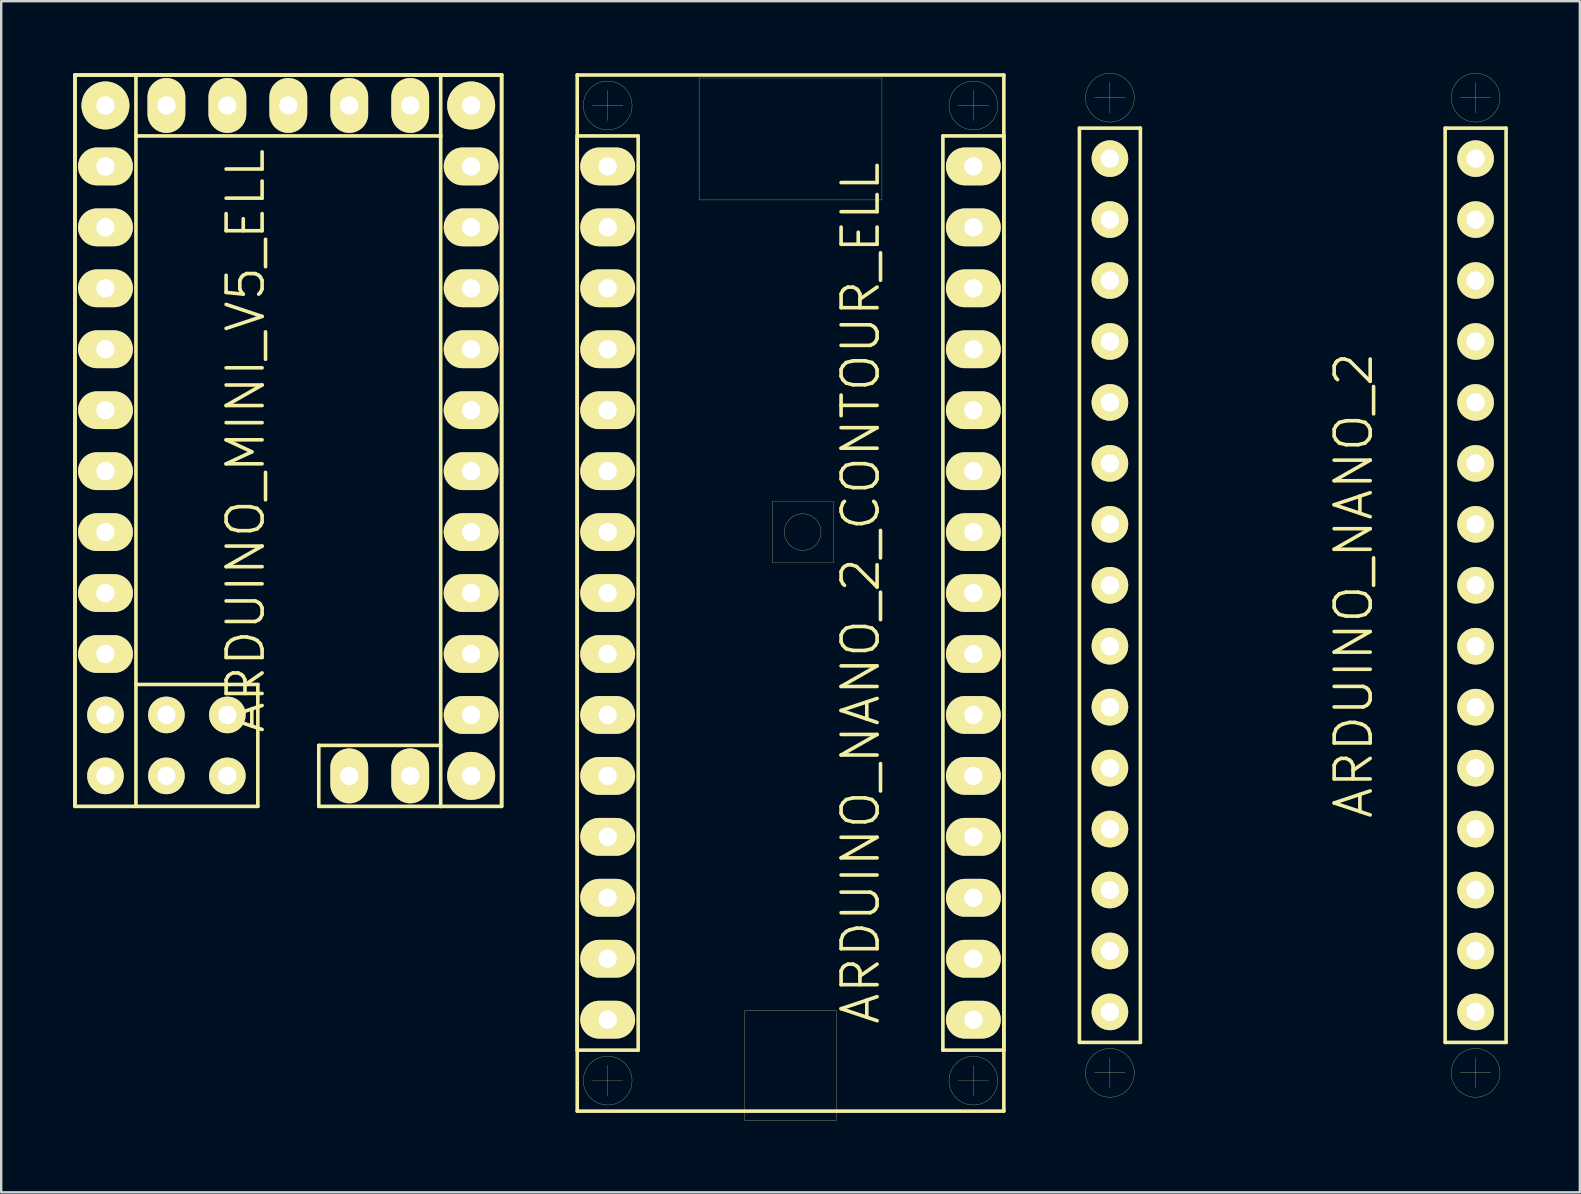
<source format=kicad_pcb>
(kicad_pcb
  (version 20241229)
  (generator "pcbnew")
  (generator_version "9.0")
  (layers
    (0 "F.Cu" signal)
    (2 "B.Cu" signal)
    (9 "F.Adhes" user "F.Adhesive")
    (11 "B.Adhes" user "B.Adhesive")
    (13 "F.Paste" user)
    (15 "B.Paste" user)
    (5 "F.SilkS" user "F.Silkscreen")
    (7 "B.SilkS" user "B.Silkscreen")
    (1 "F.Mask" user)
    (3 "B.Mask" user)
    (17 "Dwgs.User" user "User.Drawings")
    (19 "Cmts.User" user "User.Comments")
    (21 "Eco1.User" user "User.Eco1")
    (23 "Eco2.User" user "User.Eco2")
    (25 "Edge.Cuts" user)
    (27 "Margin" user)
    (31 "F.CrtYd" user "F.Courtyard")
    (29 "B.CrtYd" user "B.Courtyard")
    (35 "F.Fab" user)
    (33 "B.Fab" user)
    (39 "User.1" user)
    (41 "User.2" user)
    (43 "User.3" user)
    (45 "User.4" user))
  (footprint "ARDUINO_NANO_2"
    (layer "F.Cu")
    (at 50.825 21.341)
    (property "Reference" "ARDUINO_NANO_2" (at 2.54 0 90) (layer "F.SilkS") (effects (font (size 1.5 1.5) (thickness 0.15))))
    (attr through_hole)
    (fp_line (start -8.89 -19.05) (end -8.89 19.05) (stroke (width 0.15) (type solid)) (layer "F.SilkS"))
    (fp_line (start -8.89 19.05) (end -6.35 19.05) (stroke (width 0.15) (type solid)) (layer "F.SilkS"))
    (fp_line (start -8.255 -20.32) (end -6.985 -20.32) (stroke (width 0.01) (type solid)) (layer "F.SilkS"))
    (fp_line (start -8.255 20.32) (end -6.985 20.32) (stroke (width 0.01) (type solid)) (layer "F.SilkS"))
    (fp_line (start -7.62 -20.955) (end -7.62 -19.685) (stroke (width 0.01) (type solid)) (layer "F.SilkS"))
    (fp_line (start -7.62 19.685) (end -7.62 20.955) (stroke (width 0.01) (type solid)) (layer "F.SilkS"))
    (fp_line (start -6.35 -19.05) (end -8.89 -19.05) (stroke (width 0.15) (type solid)) (layer "F.SilkS"))
    (fp_line (start -6.35 19.05) (end -6.35 -19.05) (stroke (width 0.15) (type solid)) (layer "F.SilkS"))
    (fp_line (start 6.35 -19.05) (end 8.89 -19.05) (stroke (width 0.15) (type solid)) (layer "F.SilkS"))
    (fp_line (start 6.35 19.05) (end 6.35 -19.05) (stroke (width 0.15) (type solid)) (layer "F.SilkS"))
    (fp_line (start 6.985 -20.32) (end 8.255 -20.32) (stroke (width 0.01) (type solid)) (layer "F.SilkS"))
    (fp_line (start 6.985 20.32) (end 8.255 20.32) (stroke (width 0.01) (type solid)) (layer "F.SilkS"))
    (fp_line (start 7.62 -20.955) (end 7.62 -19.685) (stroke (width 0.01) (type solid)) (layer "F.SilkS"))
    (fp_line (start 7.62 19.685) (end 7.62 20.955) (stroke (width 0.01) (type solid)) (layer "F.SilkS"))
    (fp_line (start 8.89 -19.05) (end 8.89 19.05) (stroke (width 0.15) (type solid)) (layer "F.SilkS"))
    (fp_line (start 8.89 19.05) (end 6.35 19.05) (stroke (width 0.15) (type solid)) (layer "F.SilkS"))
    (fp_circle (center -7.62 -20.32) (end -6.604 -20.32) (stroke (width 0.01) (type solid)) (fill no) (layer "F.SilkS"))
    (fp_circle (center -7.62 20.32) (end -6.604 20.32) (stroke (width 0.01) (type solid)) (fill no) (layer "F.SilkS"))
    (fp_circle (center 7.62 -20.32) (end 8.636 -20.32) (stroke (width 0.01) (type solid)) (fill no) (layer "F.SilkS"))
    (fp_circle (center 7.62 20.32) (end 8.636 20.32) (stroke (width 0.01) (type solid)) (fill no) (layer "F.SilkS"))
    (pad "0" thru_hole circle (at -7.62 -15.24) (size 1.524 1.524) (drill 0.762) (layers "*.Cu" "*.Mask" "F.SilkS"))
    (pad "1" thru_hole circle (at -7.62 -17.78) (size 1.524 1.524) (drill 0.762) (layers "*.Cu" "*.Mask" "F.SilkS"))
    (pad "2" thru_hole circle (at -7.62 -7.62) (size 1.524 1.524) (drill 0.762) (layers "*.Cu" "*.Mask" "F.SilkS"))
    (pad "3" thru_hole circle (at -7.62 -5.08) (size 1.524 1.524) (drill 0.762) (layers "*.Cu" "*.Mask" "F.SilkS"))
    (pad "3V3" thru_hole circle (at 7.62 15.24) (size 1.524 1.524) (drill 0.762) (layers "*.Cu" "*.Mask" "F.SilkS"))
    (pad "4" thru_hole circle (at -7.62 -2.54) (size 1.524 1.524) (drill 0.762) (layers "*.Cu" "*.Mask" "F.SilkS"))
    (pad "5" thru_hole circle (at -7.62 0) (size 1.524 1.524) (drill 0.762) (layers "*.Cu" "*.Mask" "F.SilkS"))
    (pad "5V" thru_hole circle (at 7.62 -10.16) (size 1.524 1.524) (drill 0.762) (layers "*.Cu" "*.Mask" "F.SilkS"))
    (pad "6" thru_hole circle (at -7.62 2.54) (size 1.524 1.524) (drill 0.762) (layers "*.Cu" "*.Mask" "F.SilkS"))
    (pad "7" thru_hole circle (at -7.62 5.08) (size 1.524 1.524) (drill 0.762) (layers "*.Cu" "*.Mask" "F.SilkS"))
    (pad "8" thru_hole circle (at -7.62 7.62) (size 1.524 1.524) (drill 0.762) (layers "*.Cu" "*.Mask" "F.SilkS"))
    (pad "9" thru_hole circle (at -7.62 10.16) (size 1.524 1.524) (drill 0.762) (layers "*.Cu" "*.Mask" "F.SilkS"))
    (pad "10" thru_hole circle (at -7.62 12.7) (size 1.524 1.524) (drill 0.762) (layers "*.Cu" "*.Mask" "F.SilkS"))
    (pad "11" thru_hole circle (at -7.62 15.24) (size 1.524 1.524) (drill 0.762) (layers "*.Cu" "*.Mask" "F.SilkS"))
    (pad "12" thru_hole circle (at -7.62 17.78) (size 1.524 1.524) (drill 0.762) (layers "*.Cu" "*.Mask" "F.SilkS"))
    (pad "13" thru_hole circle (at 7.62 17.78) (size 1.524 1.524) (drill 0.762) (layers "*.Cu" "*.Mask" "F.SilkS"))
    (pad "A0" thru_hole circle (at 7.62 10.16) (size 1.524 1.524) (drill 0.762) (layers "*.Cu" "*.Mask" "F.SilkS"))
    (pad "A1" thru_hole circle (at 7.62 7.62) (size 1.524 1.524) (drill 0.762) (layers "*.Cu" "*.Mask" "F.SilkS"))
    (pad "A2" thru_hole circle (at 7.62 5.08) (size 1.524 1.524) (drill 0.762) (layers "*.Cu" "*.Mask" "F.SilkS"))
    (pad "A3" thru_hole circle (at 7.62 2.54) (size 1.524 1.524) (drill 0.762) (layers "*.Cu" "*.Mask" "F.SilkS"))
    (pad "A4" thru_hole circle (at 7.62 0) (size 1.524 1.524) (drill 0.762) (layers "*.Cu" "*.Mask" "F.SilkS"))
    (pad "A5" thru_hole circle (at 7.62 -2.54) (size 1.524 1.524) (drill 0.762) (layers "*.Cu" "*.Mask" "F.SilkS"))
    (pad "A6" thru_hole circle (at 7.62 -5.08) (size 1.524 1.524) (drill 0.762) (layers "*.Cu" "*.Mask" "F.SilkS"))
    (pad "A7" thru_hole circle (at 7.62 -7.62) (size 1.524 1.524) (drill 0.762) (layers "*.Cu" "*.Mask" "F.SilkS"))
    (pad "AREF" thru_hole circle (at 7.62 12.7) (size 1.524 1.524) (drill 0.762) (layers "*.Cu" "*.Mask" "F.SilkS"))
    (pad "GND1" thru_hole circle (at -7.62 -10.16) (size 1.524 1.524) (drill 0.762) (layers "*.Cu" "*.Mask" "F.SilkS"))
    (pad "GND2" thru_hole circle (at 7.62 -15.24) (size 1.524 1.524) (drill 0.762) (layers "*.Cu" "*.Mask" "F.SilkS"))
    (pad "RST1" thru_hole circle (at -7.62 -12.7) (size 1.524 1.524) (drill 0.762) (layers "*.Cu" "*.Mask" "F.SilkS"))
    (pad "RST2" thru_hole circle (at 7.62 -12.7) (size 1.524 1.524) (drill 0.762) (layers "*.Cu" "*.Mask" "F.SilkS"))
    (pad "VIN" thru_hole circle (at 7.62 -17.78) (size 1.524 1.524) (drill 0.762) (layers "*.Cu" "*.Mask" "F.SilkS")))
  (footprint "ARDUINO_NANO_2_CONTOUR_ELL"
    (layer "F.Cu")
    (at 29.895 21.665)
    (property "Reference" "ARDUINO_NANO_2_CONTOUR_ELL" (at 2.921 0 90) (layer "F.SilkS") (effects (font (size 1.5 1.5) (thickness 0.15))))
    (attr through_hole)
    (fp_line (start -8.89 -21.59) (end -8.89 21.59) (stroke (width 0.15) (type solid)) (layer "F.SilkS"))
    (fp_line (start -8.89 -19.05) (end -8.89 19.05) (stroke (width 0.15) (type solid)) (layer "F.SilkS"))
    (fp_line (start -8.89 19.05) (end -6.35 19.05) (stroke (width 0.15) (type solid)) (layer "F.SilkS"))
    (fp_line (start -8.89 21.59) (end 8.89 21.59) (stroke (width 0.15) (type solid)) (layer "F.SilkS"))
    (fp_line (start -8.255 -20.32) (end -6.985 -20.32) (stroke (width 0.01) (type solid)) (layer "F.SilkS"))
    (fp_line (start -8.255 20.32) (end -6.985 20.32) (stroke (width 0.01) (type solid)) (layer "F.SilkS"))
    (fp_line (start -7.62 -20.955) (end -7.62 -19.685) (stroke (width 0.01) (type solid)) (layer "F.SilkS"))
    (fp_line (start -7.62 19.685) (end -7.62 20.955) (stroke (width 0.01) (type solid)) (layer "F.SilkS"))
    (fp_line (start -6.35 -19.05) (end -8.89 -19.05) (stroke (width 0.15) (type solid)) (layer "F.SilkS"))
    (fp_line (start -6.35 19.05) (end -6.35 -19.05) (stroke (width 0.15) (type solid)) (layer "F.SilkS"))
    (fp_line (start -3.81 -21.463) (end 3.81 -21.463) (stroke (width 0.01) (type solid)) (layer "F.SilkS"))
    (fp_line (start -3.81 -16.383) (end -3.81 -21.463) (stroke (width 0.01) (type solid)) (layer "F.SilkS"))
    (fp_line (start -1.905 17.399) (end 1.905 17.399) (stroke (width 0.01) (type solid)) (layer "F.SilkS"))
    (fp_line (start -1.905 21.971) (end -1.905 17.399) (stroke (width 0.01) (type solid)) (layer "F.SilkS"))
    (fp_line (start -0.762 -3.81) (end -0.762 -1.27) (stroke (width 0.01) (type solid)) (layer "F.SilkS"))
    (fp_line (start -0.762 -1.27) (end 1.778 -1.27) (stroke (width 0.01) (type solid)) (layer "F.SilkS"))
    (fp_line (start 1.778 -3.81) (end -0.762 -3.81) (stroke (width 0.01) (type solid)) (layer "F.SilkS"))
    (fp_line (start 1.778 -1.27) (end 1.778 -3.81) (stroke (width 0.01) (type solid)) (layer "F.SilkS"))
    (fp_line (start 1.905 17.399) (end 1.905 21.971) (stroke (width 0.01) (type solid)) (layer "F.SilkS"))
    (fp_line (start 1.905 21.971) (end -1.905 21.971) (stroke (width 0.01) (type solid)) (layer "F.SilkS"))
    (fp_line (start 3.81 -21.463) (end 3.81 -16.383) (stroke (width 0.01) (type solid)) (layer "F.SilkS"))
    (fp_line (start 3.81 -16.383) (end -3.81 -16.383) (stroke (width 0.01) (type solid)) (layer "F.SilkS"))
    (fp_line (start 6.35 -19.05) (end 8.89 -19.05) (stroke (width 0.15) (type solid)) (layer "F.SilkS"))
    (fp_line (start 6.35 19.05) (end 6.35 -19.05) (stroke (width 0.15) (type solid)) (layer "F.SilkS"))
    (fp_line (start 6.985 -20.32) (end 8.255 -20.32) (stroke (width 0.01) (type solid)) (layer "F.SilkS"))
    (fp_line (start 6.985 20.32) (end 8.255 20.32) (stroke (width 0.01) (type solid)) (layer "F.SilkS"))
    (fp_line (start 7.62 -20.955) (end 7.62 -19.685) (stroke (width 0.01) (type solid)) (layer "F.SilkS"))
    (fp_line (start 7.62 19.685) (end 7.62 20.955) (stroke (width 0.01) (type solid)) (layer "F.SilkS"))
    (fp_line (start 8.89 -21.59) (end -8.89 -21.59) (stroke (width 0.15) (type solid)) (layer "F.SilkS"))
    (fp_line (start 8.89 -19.05) (end 8.89 19.05) (stroke (width 0.15) (type solid)) (layer "F.SilkS"))
    (fp_line (start 8.89 19.05) (end 6.35 19.05) (stroke (width 0.15) (type solid)) (layer "F.SilkS"))
    (fp_line (start 8.89 21.59) (end 8.89 -21.59) (stroke (width 0.15) (type solid)) (layer "F.SilkS"))
    (fp_circle (center -7.62 -20.32) (end -6.604 -20.32) (stroke (width 0.01) (type solid)) (fill no) (layer "F.SilkS"))
    (fp_circle (center -7.62 20.32) (end -6.604 20.32) (stroke (width 0.01) (type solid)) (fill no) (layer "F.SilkS"))
    (fp_circle (center 0.508 -2.54) (end -0.254 -2.54) (stroke (width 0.01) (type solid)) (fill no) (layer "F.SilkS"))
    (fp_circle (center 7.62 -20.32) (end 8.636 -20.32) (stroke (width 0.01) (type solid)) (fill no) (layer "F.SilkS"))
    (fp_circle (center 7.62 20.32) (end 8.636 20.32) (stroke (width 0.01) (type solid)) (fill no) (layer "F.SilkS"))
    (pad "0" thru_hole oval (at -7.62 -15.24) (size 2.286 1.575) (drill 0.762) (layers "*.Cu" "*.Mask" "F.SilkS"))
    (pad "1" thru_hole oval (at -7.62 -17.78) (size 2.286 1.575) (drill 0.762) (layers "*.Cu" "*.Mask" "F.SilkS"))
    (pad "2" thru_hole oval (at -7.62 -7.62) (size 2.286 1.575) (drill 0.762) (layers "*.Cu" "*.Mask" "F.SilkS"))
    (pad "3" thru_hole oval (at -7.62 -5.08) (size 2.286 1.575) (drill 0.762) (layers "*.Cu" "*.Mask" "F.SilkS"))
    (pad "3V3" thru_hole oval (at 7.62 15.24) (size 2.286 1.575) (drill 0.762) (layers "*.Cu" "*.Mask" "F.SilkS"))
    (pad "4" thru_hole oval (at -7.62 -2.54) (size 2.286 1.575) (drill 0.762) (layers "*.Cu" "*.Mask" "F.SilkS"))
    (pad "5" thru_hole oval (at -7.62 0) (size 2.286 1.575) (drill 0.762) (layers "*.Cu" "*.Mask" "F.SilkS"))
    (pad "5V" thru_hole oval (at 7.62 -10.16) (size 2.286 1.575) (drill 0.762) (layers "*.Cu" "*.Mask" "F.SilkS"))
    (pad "6" thru_hole oval (at -7.62 2.54) (size 2.286 1.575) (drill 0.762) (layers "*.Cu" "*.Mask" "F.SilkS"))
    (pad "7" thru_hole oval (at -7.62 5.08) (size 2.286 1.575) (drill 0.762) (layers "*.Cu" "*.Mask" "F.SilkS"))
    (pad "8" thru_hole oval (at -7.62 7.62) (size 2.286 1.575) (drill 0.762) (layers "*.Cu" "*.Mask" "F.SilkS"))
    (pad "9" thru_hole oval (at -7.62 10.16) (size 2.286 1.575) (drill 0.762) (layers "*.Cu" "*.Mask" "F.SilkS"))
    (pad "10" thru_hole oval (at -7.62 12.7) (size 2.286 1.575) (drill 0.762) (layers "*.Cu" "*.Mask" "F.SilkS"))
    (pad "11" thru_hole oval (at -7.62 15.24) (size 2.286 1.575) (drill 0.762) (layers "*.Cu" "*.Mask" "F.SilkS"))
    (pad "12" thru_hole oval (at -7.62 17.78) (size 2.286 1.575) (drill 0.762) (layers "*.Cu" "*.Mask" "F.SilkS"))
    (pad "13" thru_hole oval (at 7.62 17.78) (size 2.286 1.575) (drill 0.762) (layers "*.Cu" "*.Mask" "F.SilkS"))
    (pad "A0" thru_hole oval (at 7.62 10.16) (size 2.286 1.575) (drill 0.762) (layers "*.Cu" "*.Mask" "F.SilkS"))
    (pad "A1" thru_hole oval (at 7.62 7.62) (size 2.286 1.575) (drill 0.762) (layers "*.Cu" "*.Mask" "F.SilkS"))
    (pad "A2" thru_hole oval (at 7.62 5.08) (size 2.286 1.575) (drill 0.762) (layers "*.Cu" "*.Mask" "F.SilkS"))
    (pad "A3" thru_hole oval (at 7.62 2.54) (size 2.286 1.575) (drill 0.762) (layers "*.Cu" "*.Mask" "F.SilkS"))
    (pad "A4" thru_hole oval (at 7.62 0) (size 2.286 1.575) (drill 0.762) (layers "*.Cu" "*.Mask" "F.SilkS"))
    (pad "A5" thru_hole oval (at 7.62 -2.54) (size 2.286 1.575) (drill 0.762) (layers "*.Cu" "*.Mask" "F.SilkS"))
    (pad "A6" thru_hole oval (at 7.62 -5.08) (size 2.286 1.575) (drill 0.762) (layers "*.Cu" "*.Mask" "F.SilkS"))
    (pad "A7" thru_hole oval (at 7.62 -7.62) (size 2.286 1.575) (drill 0.762) (layers "*.Cu" "*.Mask" "F.SilkS"))
    (pad "AREF" thru_hole oval (at 7.62 12.7) (size 2.286 1.575) (drill 0.762) (layers "*.Cu" "*.Mask" "F.SilkS"))
    (pad "GND1" thru_hole oval (at -7.62 -10.16) (size 2.286 1.575) (drill 0.762) (layers "*.Cu" "*.Mask" "F.SilkS"))
    (pad "GND2" thru_hole oval (at 7.62 -15.24) (size 2.286 1.575) (drill 0.762) (layers "*.Cu" "*.Mask" "F.SilkS"))
    (pad "RST1" thru_hole oval (at -7.62 -12.7) (size 2.286 1.575) (drill 0.762) (layers "*.Cu" "*.Mask" "F.SilkS"))
    (pad "RST2" thru_hole oval (at 7.62 -12.7) (size 2.286 1.575) (drill 0.762) (layers "*.Cu" "*.Mask" "F.SilkS"))
    (pad "VIN" thru_hole oval (at 7.62 -17.78) (size 2.286 1.575) (drill 0.762) (layers "*.Cu" "*.Mask" "F.SilkS")))
  (footprint "ARDUINO_MINI_V5_ELL"
    (layer "F.Cu")
    (at 8.965 15.315)
    (property "Reference" "ARDUINO_MINI_V5_ELL" (at -1.778 0 90) (layer "F.SilkS") (effects (font (size 1.5 1.5) (thickness 0.15))))
    (attr through_hole)
    (fp_line (start -8.89 -15.24) (end -8.89 15.24) (stroke (width 0.15) (type solid)) (layer "F.SilkS"))
    (fp_line (start -8.89 -15.24) (end -6.35 -15.24) (stroke (width 0.15) (type solid)) (layer "F.SilkS"))
    (fp_line (start -8.89 15.24) (end -8.89 -15.24) (stroke (width 0.15) (type solid)) (layer "F.SilkS"))
    (fp_line (start -6.35 -15.24) (end -6.35 -12.7) (stroke (width 0.15) (type solid)) (layer "F.SilkS"))
    (fp_line (start -6.35 -15.24) (end 6.35 -15.24) (stroke (width 0.15) (type solid)) (layer "F.SilkS"))
    (fp_line (start -6.35 -12.7) (end -6.35 15.24) (stroke (width 0.15) (type solid)) (layer "F.SilkS"))
    (fp_line (start -6.35 10.16) (end -1.27 10.16) (stroke (width 0.15) (type solid)) (layer "F.SilkS"))
    (fp_line (start -6.35 15.24) (end -8.89 15.24) (stroke (width 0.15) (type solid)) (layer "F.SilkS"))
    (fp_line (start -1.27 10.16) (end -1.27 15.24) (stroke (width 0.15) (type solid)) (layer "F.SilkS"))
    (fp_line (start -1.27 15.24) (end -6.35 15.24) (stroke (width 0.15) (type solid)) (layer "F.SilkS"))
    (fp_line (start 1.27 12.7) (end 1.27 15.24) (stroke (width 0.15) (type solid)) (layer "F.SilkS"))
    (fp_line (start 1.27 15.24) (end 6.35 15.24) (stroke (width 0.15) (type solid)) (layer "F.SilkS"))
    (fp_line (start 6.35 -15.24) (end 6.35 -12.7) (stroke (width 0.15) (type solid)) (layer "F.SilkS"))
    (fp_line (start 6.35 -15.24) (end 8.89 -15.24) (stroke (width 0.15) (type solid)) (layer "F.SilkS"))
    (fp_line (start 6.35 -12.7) (end -6.35 -12.7) (stroke (width 0.15) (type solid)) (layer "F.SilkS"))
    (fp_line (start 6.35 12.7) (end 1.27 12.7) (stroke (width 0.15) (type solid)) (layer "F.SilkS"))
    (fp_line (start 6.35 15.24) (end 6.35 -12.7) (stroke (width 0.15) (type solid)) (layer "F.SilkS"))
    (fp_line (start 8.89 -15.24) (end -8.89 -15.24) (stroke (width 0.15) (type solid)) (layer "F.SilkS"))
    (fp_line (start 8.89 -15.24) (end 8.89 15.24) (stroke (width 0.15) (type solid)) (layer "F.SilkS"))
    (fp_line (start 8.89 15.24) (end 6.35 15.24) (stroke (width 0.15) (type solid)) (layer "F.SilkS"))
    (fp_line (start 8.89 15.24) (end 8.89 -15.24) (stroke (width 0.15) (type solid)) (layer "F.SilkS"))
    (pad "2" thru_hole oval (at -7.62 -3.81) (size 2.286 1.575) (drill 0.762) (layers "*.Cu" "*.Mask" "F.SilkS"))
    (pad "3" thru_hole oval (at -7.62 -1.27) (size 2.286 1.575) (drill 0.762) (layers "*.Cu" "*.Mask" "F.SilkS"))
    (pad "4" thru_hole oval (at -7.62 1.27) (size 2.286 1.575) (drill 0.762) (layers "*.Cu" "*.Mask" "F.SilkS"))
    (pad "5" thru_hole oval (at -7.62 3.81) (size 2.286 1.575) (drill 0.762) (layers "*.Cu" "*.Mask" "F.SilkS"))
    (pad "5V/1" thru_hole oval (at 2.54 -13.97) (size 1.575 2.286) (drill 0.762) (layers "*.Cu" "*.Mask" "F.SilkS"))
    (pad "5V/2" thru_hole oval (at 2.54 13.97) (size 1.575 2.286) (drill 0.762) (layers "*.Cu" "*.Mask" "F.SilkS"))
    (pad "5V/3" thru_hole oval (at 7.62 -6.35) (size 2.286 1.575) (drill 0.762) (layers "*.Cu" "*.Mask" "F.SilkS"))
    (pad "6" thru_hole oval (at -7.62 6.35) (size 2.286 1.575) (drill 0.762) (layers "*.Cu" "*.Mask" "F.SilkS"))
    (pad "7" thru_hole oval (at -7.62 8.89) (size 2.286 1.575) (drill 0.762) (layers "*.Cu" "*.Mask" "F.SilkS"))
    (pad "8" thru_hole circle (at -7.62 11.43) (size 1.524 1.524) (drill 0.762) (layers "*.Cu" "*.Mask" "F.SilkS"))
    (pad "9" thru_hole circle (at -7.62 13.97) (size 1.524 1.524) (drill 0.762) (layers "*.Cu" "*.Mask" "F.SilkS"))
    (pad "9V" thru_hole circle (at 7.62 -13.97) (size 1.999 1.999) (drill 0.762) (layers "*.Cu" "*.Mask" "F.SilkS"))
    (pad "10" thru_hole circle (at 7.62 13.97) (size 1.999 1.999) (drill 0.762) (layers "*.Cu" "*.Mask" "F.SilkS"))
    (pad "11" thru_hole oval (at 7.62 11.43) (size 2.286 1.575) (drill 0.762) (layers "*.Cu" "*.Mask" "F.SilkS"))
    (pad "12" thru_hole oval (at 7.62 8.89) (size 2.286 1.575) (drill 0.762) (layers "*.Cu" "*.Mask" "F.SilkS"))
    (pad "13" thru_hole oval (at 7.62 6.35) (size 2.286 1.575) (drill 0.762) (layers "*.Cu" "*.Mask" "F.SilkS"))
    (pad "A0" thru_hole oval (at 7.62 3.81) (size 2.286 1.575) (drill 0.762) (layers "*.Cu" "*.Mask" "F.SilkS"))
    (pad "A1" thru_hole oval (at 7.62 1.27) (size 2.286 1.575) (drill 0.762) (layers "*.Cu" "*.Mask" "F.SilkS"))
    (pad "A2" thru_hole oval (at 7.62 -1.27) (size 2.286 1.575) (drill 0.762) (layers "*.Cu" "*.Mask" "F.SilkS"))
    (pad "A3" thru_hole oval (at 7.62 -3.81) (size 2.286 1.575) (drill 0.762) (layers "*.Cu" "*.Mask" "F.SilkS"))
    (pad "A4" thru_hole circle (at -5.08 13.97) (size 1.524 1.524) (drill 0.762) (layers "*.Cu" "*.Mask" "F.SilkS"))
    (pad "A5" thru_hole circle (at -2.54 13.97) (size 1.524 1.524) (drill 0.762) (layers "*.Cu" "*.Mask" "F.SilkS"))
    (pad "A6" thru_hole circle (at -5.08 11.43) (size 1.524 1.524) (drill 0.762) (layers "*.Cu" "*.Mask" "F.SilkS"))
    (pad "A7" thru_hole circle (at -2.54 11.43) (size 1.524 1.524) (drill 0.762) (layers "*.Cu" "*.Mask" "F.SilkS"))
    (pad "GND1" thru_hole oval (at 5.08 -13.97) (size 1.575 2.286) (drill 0.762) (layers "*.Cu" "*.Mask" "F.SilkS"))
    (pad "GND2" thru_hole oval (at -7.62 -6.35) (size 2.286 1.575) (drill 0.762) (layers "*.Cu" "*.Mask" "F.SilkS"))
    (pad "GND3" thru_hole oval (at 5.08 13.97) (size 1.575 2.286) (drill 0.762) (layers "*.Cu" "*.Mask" "F.SilkS"))
    (pad "GND4" thru_hole oval (at 7.62 -11.43) (size 2.286 1.575) (drill 0.762) (layers "*.Cu" "*.Mask" "F.SilkS"))
    (pad "IO7" thru_hole oval (at -5.08 -13.97) (size 1.575 2.286) (drill 0.762) (layers "*.Cu" "*.Mask" "F.SilkS"))
    (pad "RST1" thru_hole oval (at -7.62 -8.89) (size 2.286 1.575) (drill 0.762) (layers "*.Cu" "*.Mask" "F.SilkS"))
    (pad "RST2" thru_hole oval (at 7.62 -8.89) (size 2.286 1.575) (drill 0.762) (layers "*.Cu" "*.Mask" "F.SilkS"))
    (pad "RX/1" thru_hole oval (at 0 -13.97) (size 1.575 2.286) (drill 0.762) (layers "*.Cu" "*.Mask" "F.SilkS"))
    (pad "RX/2" thru_hole oval (at -7.62 -11.43) (size 2.286 1.575) (drill 0.762) (layers "*.Cu" "*.Mask" "F.SilkS"))
    (pad "TX/1" thru_hole oval (at -2.54 -13.97) (size 1.575 2.286) (drill 0.762) (layers "*.Cu" "*.Mask" "F.SilkS"))
    (pad "TX/2" thru_hole circle (at -7.62 -13.97) (size 1.999 1.999) (drill 0.762) (layers "*.Cu" "*.Mask" "F.SilkS")))
  (gr_rect
    (start -3 -3)
    (end 62.79 46.641)
    (stroke (width 0.1) (type default))
    (fill no)
    (layer "Edge.Cuts")))
</source>
